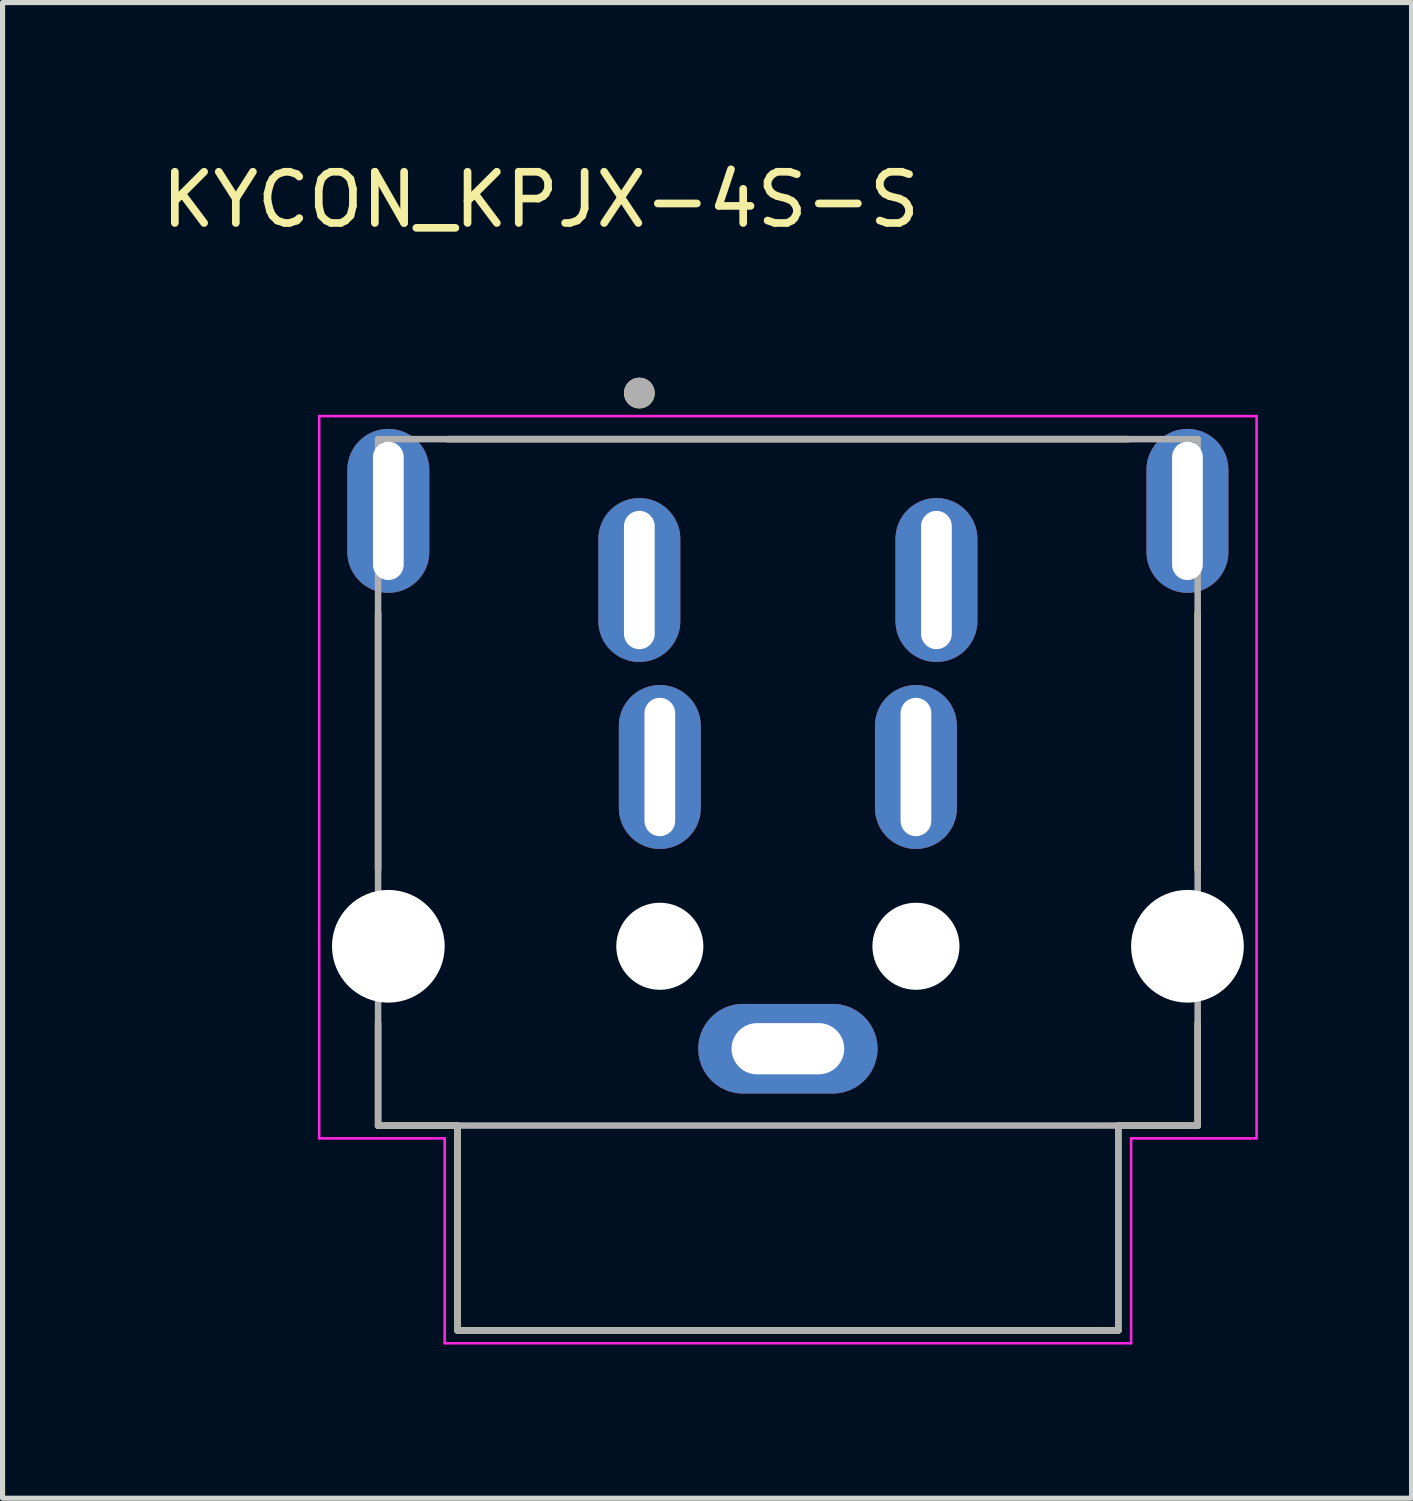
<source format=kicad_pcb>
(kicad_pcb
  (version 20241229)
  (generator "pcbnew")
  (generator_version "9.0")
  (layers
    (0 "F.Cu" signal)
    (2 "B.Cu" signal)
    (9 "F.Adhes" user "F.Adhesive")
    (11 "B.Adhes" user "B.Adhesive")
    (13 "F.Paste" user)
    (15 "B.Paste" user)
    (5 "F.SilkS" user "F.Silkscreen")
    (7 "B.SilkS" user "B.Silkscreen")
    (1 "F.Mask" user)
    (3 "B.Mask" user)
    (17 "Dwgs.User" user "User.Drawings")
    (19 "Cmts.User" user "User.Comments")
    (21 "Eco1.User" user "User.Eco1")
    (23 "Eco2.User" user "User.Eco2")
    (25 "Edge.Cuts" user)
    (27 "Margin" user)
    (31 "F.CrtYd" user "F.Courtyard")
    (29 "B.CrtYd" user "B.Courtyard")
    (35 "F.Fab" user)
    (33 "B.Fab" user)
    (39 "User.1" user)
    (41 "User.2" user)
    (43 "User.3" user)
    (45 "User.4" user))
  (footprint "KYCON_KPJX-4S-S"
    (layer "F.Cu")
    (at 12.331 8.273)
    (property "Reference" "KYCON_KPJX-4S-S" (at -4.825 -7.425 0) (layer "F.SilkS") (effects (font (size 1 1) (thickness 0.15))))
    (attr through_hole)
    (fp_line (start -8 0.65) (end -8 5.65) (stroke (width 0.127) (type solid)) (layer "F.SilkS"))
    (fp_line (start -8 8.65) (end -8 10.65) (stroke (width 0.127) (type solid)) (layer "F.SilkS"))
    (fp_line (start -8 10.65) (end -6.45 10.65) (stroke (width 0.127) (type solid)) (layer "F.SilkS"))
    (fp_line (start -6.45 10.65) (end -6.45 14.65) (stroke (width 0.127) (type solid)) (layer "F.SilkS"))
    (fp_line (start -6.45 14.65) (end 6.45 14.65) (stroke (width 0.127) (type solid)) (layer "F.SilkS"))
    (fp_line (start 6.45 10.65) (end 8 10.65) (stroke (width 0.127) (type solid)) (layer "F.SilkS"))
    (fp_line (start 6.45 14.65) (end 6.45 10.65) (stroke (width 0.127) (type solid)) (layer "F.SilkS"))
    (fp_line (start 6.65 -2.75) (end -6.65 -2.75) (stroke (width 0.127) (type solid)) (layer "F.SilkS"))
    (fp_line (start 8 5.65) (end 8 0.65) (stroke (width 0.127) (type solid)) (layer "F.SilkS"))
    (fp_line (start 8 10.65) (end 8 8.65) (stroke (width 0.127) (type solid)) (layer "F.SilkS"))
    (fp_circle (center -2.9 -3.65) (end -2.75 -3.65) (stroke (width 0.3) (type solid)) (fill no) (layer "F.SilkS"))
    (fp_line (start -9.15 -3.2) (end -9.15 10.9) (stroke (width 0.05) (type solid)) (layer "F.CrtYd"))
    (fp_line (start -9.15 -3.2) (end 9.15 -3.2) (stroke (width 0.05) (type solid)) (layer "F.CrtYd"))
    (fp_line (start -9.15 10.9) (end -6.7 10.9) (stroke (width 0.05) (type solid)) (layer "F.CrtYd"))
    (fp_line (start -6.7 10.9) (end -6.7 14.9) (stroke (width 0.05) (type solid)) (layer "F.CrtYd"))
    (fp_line (start 6.7 10.9) (end 6.7 14.9) (stroke (width 0.05) (type solid)) (layer "F.CrtYd"))
    (fp_line (start 6.7 14.9) (end -6.7 14.9) (stroke (width 0.05) (type solid)) (layer "F.CrtYd"))
    (fp_line (start 9.15 -3.2) (end 9.15 10.9) (stroke (width 0.05) (type solid)) (layer "F.CrtYd"))
    (fp_line (start 9.15 10.9) (end 6.7 10.9) (stroke (width 0.05) (type solid)) (layer "F.CrtYd"))
    (fp_line (start -8 -2.75) (end -8 10.65) (stroke (width 0.127) (type solid)) (layer "F.Fab"))
    (fp_line (start -8 10.65) (end -6.45 10.65) (stroke (width 0.127) (type solid)) (layer "F.Fab"))
    (fp_line (start -6.45 10.65) (end -6.45 14.65) (stroke (width 0.127) (type solid)) (layer "F.Fab"))
    (fp_line (start -6.45 10.65) (end 6.45 10.65) (stroke (width 0.127) (type solid)) (layer "F.Fab"))
    (fp_line (start -6.45 14.65) (end 6.45 14.65) (stroke (width 0.127) (type solid)) (layer "F.Fab"))
    (fp_line (start 6.45 10.65) (end 8 10.65) (stroke (width 0.127) (type solid)) (layer "F.Fab"))
    (fp_line (start 6.45 14.65) (end 6.45 10.65) (stroke (width 0.127) (type solid)) (layer "F.Fab"))
    (fp_line (start 8 -2.75) (end -8 -2.75) (stroke (width 0.127) (type solid)) (layer "F.Fab"))
    (fp_line (start 8 10.65) (end 8 -2.75) (stroke (width 0.127) (type solid)) (layer "F.Fab"))
    (fp_circle (center -2.9 -3.65) (end -2.75 -3.65) (stroke (width 0.3) (type solid)) (fill no) (layer "F.Fab"))
    (pad "" np_thru_hole circle (at -7.8 7.15) (size 2.2 2.2) (drill 2.2) (layers "*.Cu" "*.Mask"))
    (pad "" np_thru_hole circle (at -2.5 7.15) (size 1.7 1.7) (drill 1.7) (layers "*.Cu" "*.Mask"))
    (pad "" np_thru_hole circle (at 2.5 7.15) (size 1.7 1.7) (drill 1.7) (layers "*.Cu" "*.Mask"))
    (pad "" np_thru_hole circle (at 7.8 7.15) (size 2.2 2.2) (drill 2.2) (layers "*.Cu" "*.Mask"))
    (pad "1" thru_hole oval (at -2.9 0) (size 1.6 3.2) (drill oval 0.6 2.7) (layers "*.Cu" "*.Mask"))
    (pad "2" thru_hole oval (at 2.9 0) (size 1.6 3.2) (drill oval 0.6 2.7) (layers "*.Cu" "*.Mask"))
    (pad "3" thru_hole oval (at -2.5 3.65) (size 1.6 3.2) (drill oval 0.6 2.7) (layers "*.Cu" "*.Mask"))
    (pad "4" thru_hole oval (at 2.5 3.65) (size 1.6 3.2) (drill oval 0.6 2.7) (layers "*.Cu" "*.Mask"))
    (pad "S1" thru_hole oval (at 0 9.15) (size 3.5 1.75) (drill oval 2.2 1) (layers "*.Cu" "*.Mask"))
    (pad "S2" thru_hole oval (at -7.8 -1.35) (size 1.6 3.2) (drill oval 0.6 2.7) (layers "*.Cu" "*.Mask"))
    (pad "S3" thru_hole oval (at 7.8 -1.35) (size 1.6 3.2) (drill oval 0.6 2.7) (layers "*.Cu" "*.Mask")))
  (gr_rect
    (start -3 -3)
    (end 24.506 26.198)
    (stroke (width 0.1) (type default))
    (fill no)
    (layer "Edge.Cuts")))
</source>
